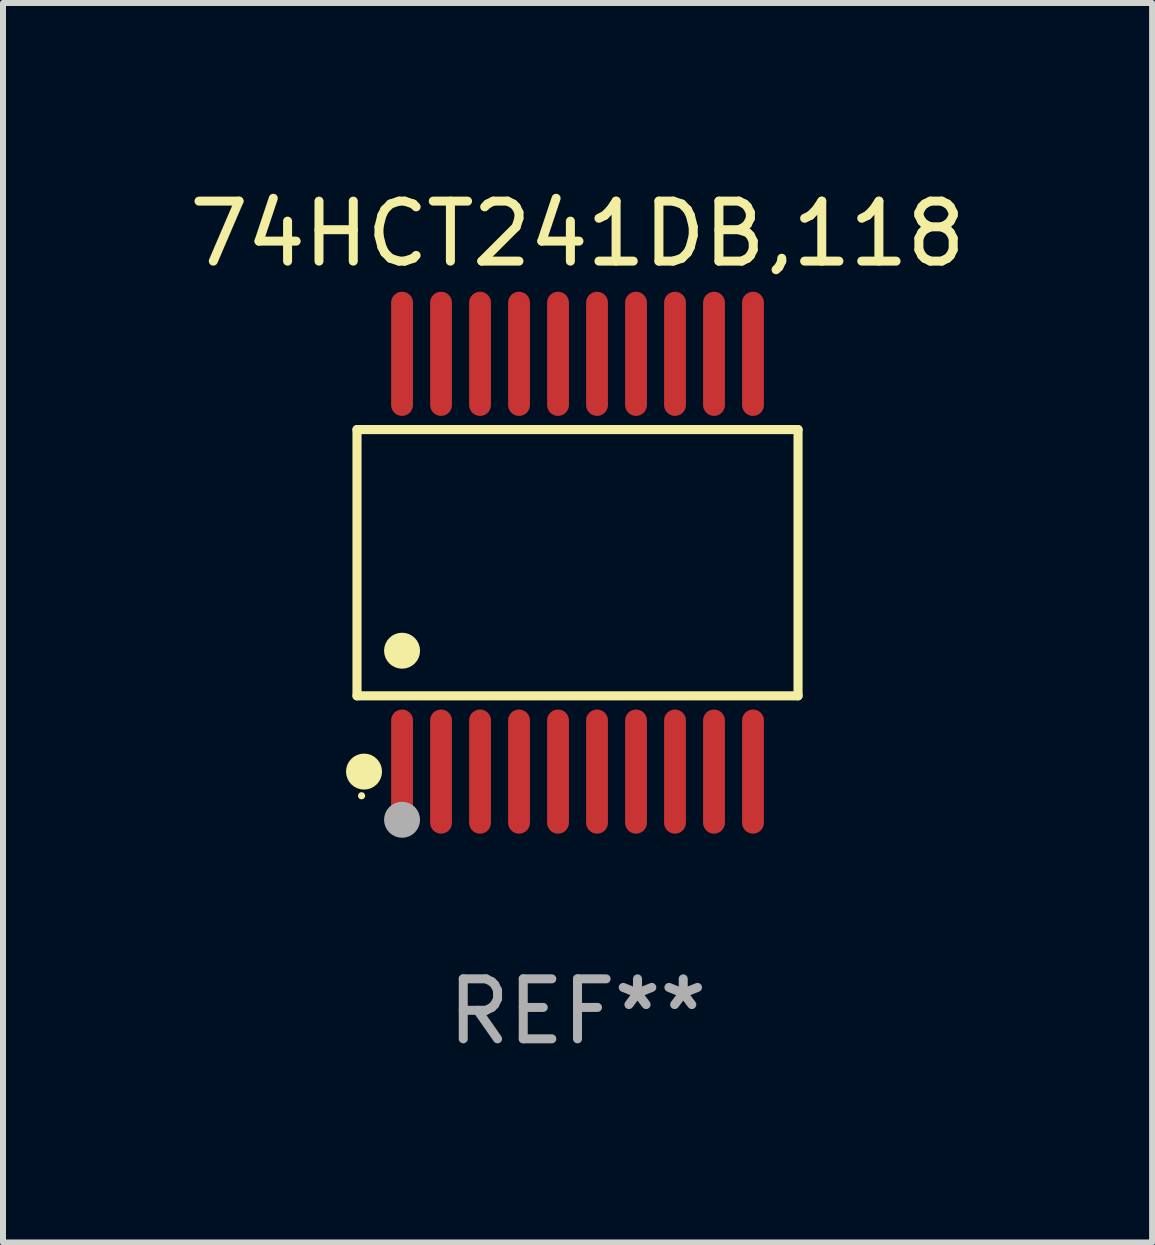
<source format=kicad_pcb>
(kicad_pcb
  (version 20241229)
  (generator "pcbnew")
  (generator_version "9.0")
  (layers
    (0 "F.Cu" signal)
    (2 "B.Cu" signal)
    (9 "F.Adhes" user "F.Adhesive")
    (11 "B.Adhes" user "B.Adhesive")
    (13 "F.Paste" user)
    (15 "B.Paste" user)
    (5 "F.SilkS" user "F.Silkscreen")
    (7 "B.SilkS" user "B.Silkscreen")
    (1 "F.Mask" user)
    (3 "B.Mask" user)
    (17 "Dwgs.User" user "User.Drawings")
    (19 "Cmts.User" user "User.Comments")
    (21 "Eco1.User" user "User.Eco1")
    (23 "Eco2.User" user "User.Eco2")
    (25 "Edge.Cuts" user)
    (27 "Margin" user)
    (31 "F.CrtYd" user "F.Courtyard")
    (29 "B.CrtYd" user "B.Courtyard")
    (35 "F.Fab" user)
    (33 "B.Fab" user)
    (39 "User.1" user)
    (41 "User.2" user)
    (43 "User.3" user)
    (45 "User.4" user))
  (footprint "74HCT241DB,118"
    (layer "F.Cu")
    (at 6.577 6.33)
    (property "Reference" "74HCT241DB,118" (at 0 -5.482 0) (layer "F.SilkS") (effects (font (size 1 1) (thickness 0.15))))
    (attr through_hole)
    (fp_line (start -3.676 -2.219) (end 3.676 -2.219) (stroke (width 0.152) (type solid)) (layer "F.SilkS"))
    (fp_line (start -3.676 2.219) (end -3.676 -2.219) (stroke (width 0.152) (type solid)) (layer "F.SilkS"))
    (fp_line (start 3.676 -2.219) (end 3.676 2.219) (stroke (width 0.152) (type solid)) (layer "F.SilkS"))
    (fp_line (start 3.676 2.219) (end -3.676 2.219) (stroke (width 0.152) (type solid)) (layer "F.SilkS"))
    (fp_circle (center -3.6 3.885) (end -3.57 3.885) (stroke (width 0.06) (type solid)) (fill no) (layer "F.SilkS"))
    (fp_circle (center -3.559 3.482) (end -3.409 3.482) (stroke (width 0.3) (type solid)) (fill no) (layer "F.SilkS"))
    (fp_circle (center -2.925 1.467) (end -2.775 1.467) (stroke (width 0.3) (type solid)) (fill no) (layer "F.SilkS"))
    (fp_circle (center -2.925 4.285) (end -2.775 4.285) (stroke (width 0.3) (type solid)) (fill no) (layer "F.Fab"))
    (fp_text user "REF**" (at 0 7.482 0) (layer "F.Fab") (effects (font (size 1 1) (thickness 0.15))))
    (pad "1" smd oval (at -2.925 3.482) (size 0.364 2.069) (layers "F.Cu" "F.Mask" "F.Paste"))
    (pad "2" smd oval (at -2.275 3.482) (size 0.364 2.069) (layers "F.Cu" "F.Mask" "F.Paste"))
    (pad "3" smd oval (at -1.625 3.482) (size 0.364 2.069) (layers "F.Cu" "F.Mask" "F.Paste"))
    (pad "4" smd oval (at -0.975 3.482) (size 0.364 2.069) (layers "F.Cu" "F.Mask" "F.Paste"))
    (pad "5" smd oval (at -0.325 3.482) (size 0.364 2.069) (layers "F.Cu" "F.Mask" "F.Paste"))
    (pad "6" smd oval (at 0.325 3.482) (size 0.364 2.069) (layers "F.Cu" "F.Mask" "F.Paste"))
    (pad "7" smd oval (at 0.975 3.482) (size 0.364 2.069) (layers "F.Cu" "F.Mask" "F.Paste"))
    (pad "8" smd oval (at 1.625 3.482) (size 0.364 2.069) (layers "F.Cu" "F.Mask" "F.Paste"))
    (pad "9" smd oval (at 2.275 3.482) (size 0.364 2.069) (layers "F.Cu" "F.Mask" "F.Paste"))
    (pad "10" smd oval (at 2.925 3.482) (size 0.364 2.069) (layers "F.Cu" "F.Mask" "F.Paste"))
    (pad "11" smd oval (at 2.925 -3.482) (size 0.364 2.069) (layers "F.Cu" "F.Mask" "F.Paste"))
    (pad "12" smd oval (at 2.275 -3.482) (size 0.364 2.069) (layers "F.Cu" "F.Mask" "F.Paste"))
    (pad "13" smd oval (at 1.625 -3.482) (size 0.364 2.069) (layers "F.Cu" "F.Mask" "F.Paste"))
    (pad "14" smd oval (at 0.975 -3.482) (size 0.364 2.069) (layers "F.Cu" "F.Mask" "F.Paste"))
    (pad "15" smd oval (at 0.325 -3.482) (size 0.364 2.069) (layers "F.Cu" "F.Mask" "F.Paste"))
    (pad "16" smd oval (at -0.325 -3.482) (size 0.364 2.069) (layers "F.Cu" "F.Mask" "F.Paste"))
    (pad "17" smd oval (at -0.975 -3.482) (size 0.364 2.069) (layers "F.Cu" "F.Mask" "F.Paste"))
    (pad "18" smd oval (at -1.625 -3.482) (size 0.364 2.069) (layers "F.Cu" "F.Mask" "F.Paste"))
    (pad "19" smd oval (at -2.275 -3.482) (size 0.364 2.069) (layers "F.Cu" "F.Mask" "F.Paste"))
    (pad "20" smd oval (at -2.925 -3.482) (size 0.364 2.069) (layers "F.Cu" "F.Mask" "F.Paste")))
  (gr_rect
    (start -3 -3)
    (end 16.155 17.661)
    (stroke (width 0.1) (type default))
    (fill no)
    (layer "Edge.Cuts")))
</source>
